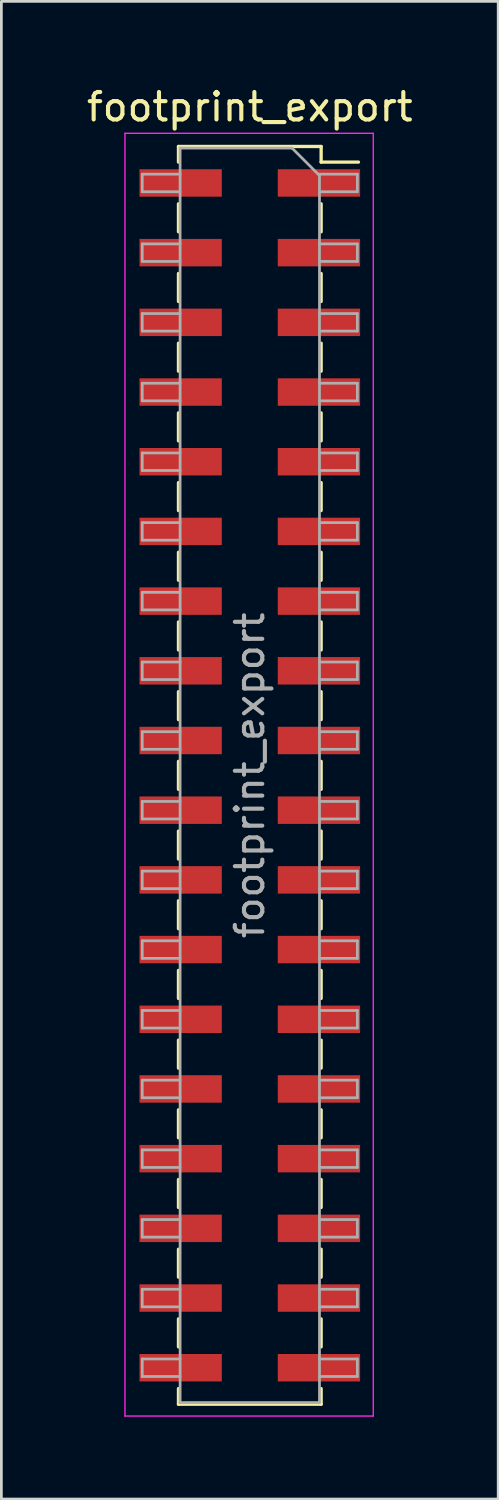
<source format=kicad_pcb>
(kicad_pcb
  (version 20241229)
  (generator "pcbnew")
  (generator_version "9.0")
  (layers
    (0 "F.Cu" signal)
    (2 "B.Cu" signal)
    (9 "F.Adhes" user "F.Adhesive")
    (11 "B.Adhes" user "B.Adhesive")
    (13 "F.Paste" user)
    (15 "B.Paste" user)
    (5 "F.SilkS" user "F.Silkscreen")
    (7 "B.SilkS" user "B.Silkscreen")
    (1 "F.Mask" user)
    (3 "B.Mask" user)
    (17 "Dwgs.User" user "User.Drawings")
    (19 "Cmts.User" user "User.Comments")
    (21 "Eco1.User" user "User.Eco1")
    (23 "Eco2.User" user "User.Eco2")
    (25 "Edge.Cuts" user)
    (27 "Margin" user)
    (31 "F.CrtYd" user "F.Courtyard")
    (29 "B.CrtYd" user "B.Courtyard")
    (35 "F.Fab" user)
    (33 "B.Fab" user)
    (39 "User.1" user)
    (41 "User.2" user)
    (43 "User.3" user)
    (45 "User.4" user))
  (footprint "footprint_export"
    (layer "F.Cu")
    (at 6.054 25.208)
    (property "Reference" "footprint_export" (at 0 -24.36 0) (layer "F.SilkS") (effects (font (size 1 1) (thickness 0.15))))
    (attr smd)
    (fp_line (start -2.6 -22.92) (end -2.6 -22.35) (stroke (width 0.12) (type solid)) (layer "F.SilkS"))
    (fp_line (start -2.6 -22.92) (end 2.6 -22.92) (stroke (width 0.12) (type solid)) (layer "F.SilkS"))
    (fp_line (start -2.6 -20.83) (end -2.6 -19.81) (stroke (width 0.12) (type solid)) (layer "F.SilkS"))
    (fp_line (start -2.6 -18.29) (end -2.6 -17.27) (stroke (width 0.12) (type solid)) (layer "F.SilkS"))
    (fp_line (start -2.6 -15.75) (end -2.6 -14.73) (stroke (width 0.12) (type solid)) (layer "F.SilkS"))
    (fp_line (start -2.6 -13.21) (end -2.6 -12.19) (stroke (width 0.12) (type solid)) (layer "F.SilkS"))
    (fp_line (start -2.6 -10.67) (end -2.6 -9.65) (stroke (width 0.12) (type solid)) (layer "F.SilkS"))
    (fp_line (start -2.6 -8.13) (end -2.6 -7.11) (stroke (width 0.12) (type solid)) (layer "F.SilkS"))
    (fp_line (start -2.6 -5.59) (end -2.6 -4.57) (stroke (width 0.12) (type solid)) (layer "F.SilkS"))
    (fp_line (start -2.6 -3.05) (end -2.6 -2.03) (stroke (width 0.12) (type solid)) (layer "F.SilkS"))
    (fp_line (start -2.6 -0.51) (end -2.6 0.51) (stroke (width 0.12) (type solid)) (layer "F.SilkS"))
    (fp_line (start -2.6 2.03) (end -2.6 3.05) (stroke (width 0.12) (type solid)) (layer "F.SilkS"))
    (fp_line (start -2.6 4.57) (end -2.6 5.59) (stroke (width 0.12) (type solid)) (layer "F.SilkS"))
    (fp_line (start -2.6 7.11) (end -2.6 8.13) (stroke (width 0.12) (type solid)) (layer "F.SilkS"))
    (fp_line (start -2.6 9.65) (end -2.6 10.67) (stroke (width 0.12) (type solid)) (layer "F.SilkS"))
    (fp_line (start -2.6 12.19) (end -2.6 13.21) (stroke (width 0.12) (type solid)) (layer "F.SilkS"))
    (fp_line (start -2.6 14.73) (end -2.6 15.75) (stroke (width 0.12) (type solid)) (layer "F.SilkS"))
    (fp_line (start -2.6 17.27) (end -2.6 18.29) (stroke (width 0.12) (type solid)) (layer "F.SilkS"))
    (fp_line (start -2.6 19.81) (end -2.6 20.83) (stroke (width 0.12) (type solid)) (layer "F.SilkS"))
    (fp_line (start -2.6 22.35) (end -2.6 22.92) (stroke (width 0.12) (type solid)) (layer "F.SilkS"))
    (fp_line (start -2.6 22.92) (end 2.6 22.92) (stroke (width 0.12) (type solid)) (layer "F.SilkS"))
    (fp_line (start 2.6 -22.92) (end 2.6 -22.35) (stroke (width 0.12) (type solid)) (layer "F.SilkS"))
    (fp_line (start 2.6 -22.35) (end 3.96 -22.35) (stroke (width 0.12) (type solid)) (layer "F.SilkS"))
    (fp_line (start 2.6 -20.83) (end 2.6 -19.81) (stroke (width 0.12) (type solid)) (layer "F.SilkS"))
    (fp_line (start 2.6 -18.29) (end 2.6 -17.27) (stroke (width 0.12) (type solid)) (layer "F.SilkS"))
    (fp_line (start 2.6 -15.75) (end 2.6 -14.73) (stroke (width 0.12) (type solid)) (layer "F.SilkS"))
    (fp_line (start 2.6 -13.21) (end 2.6 -12.19) (stroke (width 0.12) (type solid)) (layer "F.SilkS"))
    (fp_line (start 2.6 -10.67) (end 2.6 -9.65) (stroke (width 0.12) (type solid)) (layer "F.SilkS"))
    (fp_line (start 2.6 -8.13) (end 2.6 -7.11) (stroke (width 0.12) (type solid)) (layer "F.SilkS"))
    (fp_line (start 2.6 -5.59) (end 2.6 -4.57) (stroke (width 0.12) (type solid)) (layer "F.SilkS"))
    (fp_line (start 2.6 -3.05) (end 2.6 -2.03) (stroke (width 0.12) (type solid)) (layer "F.SilkS"))
    (fp_line (start 2.6 -0.51) (end 2.6 0.51) (stroke (width 0.12) (type solid)) (layer "F.SilkS"))
    (fp_line (start 2.6 2.03) (end 2.6 3.05) (stroke (width 0.12) (type solid)) (layer "F.SilkS"))
    (fp_line (start 2.6 4.57) (end 2.6 5.59) (stroke (width 0.12) (type solid)) (layer "F.SilkS"))
    (fp_line (start 2.6 7.11) (end 2.6 8.13) (stroke (width 0.12) (type solid)) (layer "F.SilkS"))
    (fp_line (start 2.6 9.65) (end 2.6 10.67) (stroke (width 0.12) (type solid)) (layer "F.SilkS"))
    (fp_line (start 2.6 12.19) (end 2.6 13.21) (stroke (width 0.12) (type solid)) (layer "F.SilkS"))
    (fp_line (start 2.6 14.73) (end 2.6 15.75) (stroke (width 0.12) (type solid)) (layer "F.SilkS"))
    (fp_line (start 2.6 17.27) (end 2.6 18.29) (stroke (width 0.12) (type solid)) (layer "F.SilkS"))
    (fp_line (start 2.6 19.81) (end 2.6 20.83) (stroke (width 0.12) (type solid)) (layer "F.SilkS"))
    (fp_line (start 2.6 22.35) (end 2.6 22.92) (stroke (width 0.12) (type solid)) (layer "F.SilkS"))
    (fp_line (start -4.55 -23.4) (end 4.5 -23.4) (stroke (width 0.05) (type solid)) (layer "F.CrtYd"))
    (fp_line (start -4.55 23.35) (end -4.55 -23.4) (stroke (width 0.05) (type solid)) (layer "F.CrtYd"))
    (fp_line (start 4.5 -23.4) (end 4.5 23.35) (stroke (width 0.05) (type solid)) (layer "F.CrtYd"))
    (fp_line (start 4.5 23.35) (end -4.55 23.35) (stroke (width 0.05) (type solid)) (layer "F.CrtYd"))
    (fp_line (start -3.92 -21.91) (end -2.54 -21.91) (stroke (width 0.1) (type solid)) (layer "F.Fab"))
    (fp_line (start -3.92 -21.27) (end -3.92 -21.91) (stroke (width 0.1) (type solid)) (layer "F.Fab"))
    (fp_line (start -3.92 -19.37) (end -2.54 -19.37) (stroke (width 0.1) (type solid)) (layer "F.Fab"))
    (fp_line (start -3.92 -18.73) (end -3.92 -19.37) (stroke (width 0.1) (type solid)) (layer "F.Fab"))
    (fp_line (start -3.92 -16.83) (end -2.54 -16.83) (stroke (width 0.1) (type solid)) (layer "F.Fab"))
    (fp_line (start -3.92 -16.19) (end -3.92 -16.83) (stroke (width 0.1) (type solid)) (layer "F.Fab"))
    (fp_line (start -3.92 -14.29) (end -2.54 -14.29) (stroke (width 0.1) (type solid)) (layer "F.Fab"))
    (fp_line (start -3.92 -13.65) (end -3.92 -14.29) (stroke (width 0.1) (type solid)) (layer "F.Fab"))
    (fp_line (start -3.92 -11.75) (end -2.54 -11.75) (stroke (width 0.1) (type solid)) (layer "F.Fab"))
    (fp_line (start -3.92 -11.11) (end -3.92 -11.75) (stroke (width 0.1) (type solid)) (layer "F.Fab"))
    (fp_line (start -3.92 -9.21) (end -2.54 -9.21) (stroke (width 0.1) (type solid)) (layer "F.Fab"))
    (fp_line (start -3.92 -8.57) (end -3.92 -9.21) (stroke (width 0.1) (type solid)) (layer "F.Fab"))
    (fp_line (start -3.92 -6.67) (end -2.54 -6.67) (stroke (width 0.1) (type solid)) (layer "F.Fab"))
    (fp_line (start -3.92 -6.03) (end -3.92 -6.67) (stroke (width 0.1) (type solid)) (layer "F.Fab"))
    (fp_line (start -3.92 -4.13) (end -2.54 -4.13) (stroke (width 0.1) (type solid)) (layer "F.Fab"))
    (fp_line (start -3.92 -3.49) (end -3.92 -4.13) (stroke (width 0.1) (type solid)) (layer "F.Fab"))
    (fp_line (start -3.92 -1.59) (end -2.54 -1.59) (stroke (width 0.1) (type solid)) (layer "F.Fab"))
    (fp_line (start -3.92 -0.95) (end -3.92 -1.59) (stroke (width 0.1) (type solid)) (layer "F.Fab"))
    (fp_line (start -3.92 0.95) (end -2.54 0.95) (stroke (width 0.1) (type solid)) (layer "F.Fab"))
    (fp_line (start -3.92 1.59) (end -3.92 0.95) (stroke (width 0.1) (type solid)) (layer "F.Fab"))
    (fp_line (start -3.92 3.49) (end -2.54 3.49) (stroke (width 0.1) (type solid)) (layer "F.Fab"))
    (fp_line (start -3.92 4.13) (end -3.92 3.49) (stroke (width 0.1) (type solid)) (layer "F.Fab"))
    (fp_line (start -3.92 6.03) (end -2.54 6.03) (stroke (width 0.1) (type solid)) (layer "F.Fab"))
    (fp_line (start -3.92 6.67) (end -3.92 6.03) (stroke (width 0.1) (type solid)) (layer "F.Fab"))
    (fp_line (start -3.92 8.57) (end -2.54 8.57) (stroke (width 0.1) (type solid)) (layer "F.Fab"))
    (fp_line (start -3.92 9.21) (end -3.92 8.57) (stroke (width 0.1) (type solid)) (layer "F.Fab"))
    (fp_line (start -3.92 11.11) (end -2.54 11.11) (stroke (width 0.1) (type solid)) (layer "F.Fab"))
    (fp_line (start -3.92 11.75) (end -3.92 11.11) (stroke (width 0.1) (type solid)) (layer "F.Fab"))
    (fp_line (start -3.92 13.65) (end -2.54 13.65) (stroke (width 0.1) (type solid)) (layer "F.Fab"))
    (fp_line (start -3.92 14.29) (end -3.92 13.65) (stroke (width 0.1) (type solid)) (layer "F.Fab"))
    (fp_line (start -3.92 16.19) (end -2.54 16.19) (stroke (width 0.1) (type solid)) (layer "F.Fab"))
    (fp_line (start -3.92 16.83) (end -3.92 16.19) (stroke (width 0.1) (type solid)) (layer "F.Fab"))
    (fp_line (start -3.92 18.73) (end -2.54 18.73) (stroke (width 0.1) (type solid)) (layer "F.Fab"))
    (fp_line (start -3.92 19.37) (end -3.92 18.73) (stroke (width 0.1) (type solid)) (layer "F.Fab"))
    (fp_line (start -3.92 21.27) (end -2.54 21.27) (stroke (width 0.1) (type solid)) (layer "F.Fab"))
    (fp_line (start -3.92 21.91) (end -3.92 21.27) (stroke (width 0.1) (type solid)) (layer "F.Fab"))
    (fp_line (start -2.54 -22.86) (end 1.54 -22.86) (stroke (width 0.1) (type solid)) (layer "F.Fab"))
    (fp_line (start -2.54 -21.27) (end -3.92 -21.27) (stroke (width 0.1) (type solid)) (layer "F.Fab"))
    (fp_line (start -2.54 -18.73) (end -3.92 -18.73) (stroke (width 0.1) (type solid)) (layer "F.Fab"))
    (fp_line (start -2.54 -16.19) (end -3.92 -16.19) (stroke (width 0.1) (type solid)) (layer "F.Fab"))
    (fp_line (start -2.54 -13.65) (end -3.92 -13.65) (stroke (width 0.1) (type solid)) (layer "F.Fab"))
    (fp_line (start -2.54 -11.11) (end -3.92 -11.11) (stroke (width 0.1) (type solid)) (layer "F.Fab"))
    (fp_line (start -2.54 -8.57) (end -3.92 -8.57) (stroke (width 0.1) (type solid)) (layer "F.Fab"))
    (fp_line (start -2.54 -6.03) (end -3.92 -6.03) (stroke (width 0.1) (type solid)) (layer "F.Fab"))
    (fp_line (start -2.54 -3.49) (end -3.92 -3.49) (stroke (width 0.1) (type solid)) (layer "F.Fab"))
    (fp_line (start -2.54 -0.95) (end -3.92 -0.95) (stroke (width 0.1) (type solid)) (layer "F.Fab"))
    (fp_line (start -2.54 1.59) (end -3.92 1.59) (stroke (width 0.1) (type solid)) (layer "F.Fab"))
    (fp_line (start -2.54 4.13) (end -3.92 4.13) (stroke (width 0.1) (type solid)) (layer "F.Fab"))
    (fp_line (start -2.54 6.67) (end -3.92 6.67) (stroke (width 0.1) (type solid)) (layer "F.Fab"))
    (fp_line (start -2.54 9.21) (end -3.92 9.21) (stroke (width 0.1) (type solid)) (layer "F.Fab"))
    (fp_line (start -2.54 11.75) (end -3.92 11.75) (stroke (width 0.1) (type solid)) (layer "F.Fab"))
    (fp_line (start -2.54 14.29) (end -3.92 14.29) (stroke (width 0.1) (type solid)) (layer "F.Fab"))
    (fp_line (start -2.54 16.83) (end -3.92 16.83) (stroke (width 0.1) (type solid)) (layer "F.Fab"))
    (fp_line (start -2.54 19.37) (end -3.92 19.37) (stroke (width 0.1) (type solid)) (layer "F.Fab"))
    (fp_line (start -2.54 21.91) (end -3.92 21.91) (stroke (width 0.1) (type solid)) (layer "F.Fab"))
    (fp_line (start -2.54 22.86) (end -2.54 -22.86) (stroke (width 0.1) (type solid)) (layer "F.Fab"))
    (fp_line (start 1.54 -22.86) (end 2.54 -21.86) (stroke (width 0.1) (type solid)) (layer "F.Fab"))
    (fp_line (start 2.54 -21.91) (end 3.92 -21.91) (stroke (width 0.1) (type solid)) (layer "F.Fab"))
    (fp_line (start 2.54 -21.86) (end 2.54 22.86) (stroke (width 0.1) (type solid)) (layer "F.Fab"))
    (fp_line (start 2.54 -19.37) (end 3.92 -19.37) (stroke (width 0.1) (type solid)) (layer "F.Fab"))
    (fp_line (start 2.54 -16.83) (end 3.92 -16.83) (stroke (width 0.1) (type solid)) (layer "F.Fab"))
    (fp_line (start 2.54 -14.29) (end 3.92 -14.29) (stroke (width 0.1) (type solid)) (layer "F.Fab"))
    (fp_line (start 2.54 -11.75) (end 3.92 -11.75) (stroke (width 0.1) (type solid)) (layer "F.Fab"))
    (fp_line (start 2.54 -9.21) (end 3.92 -9.21) (stroke (width 0.1) (type solid)) (layer "F.Fab"))
    (fp_line (start 2.54 -6.67) (end 3.92 -6.67) (stroke (width 0.1) (type solid)) (layer "F.Fab"))
    (fp_line (start 2.54 -4.13) (end 3.92 -4.13) (stroke (width 0.1) (type solid)) (layer "F.Fab"))
    (fp_line (start 2.54 -1.59) (end 3.92 -1.59) (stroke (width 0.1) (type solid)) (layer "F.Fab"))
    (fp_line (start 2.54 0.95) (end 3.92 0.95) (stroke (width 0.1) (type solid)) (layer "F.Fab"))
    (fp_line (start 2.54 3.49) (end 3.92 3.49) (stroke (width 0.1) (type solid)) (layer "F.Fab"))
    (fp_line (start 2.54 6.03) (end 3.92 6.03) (stroke (width 0.1) (type solid)) (layer "F.Fab"))
    (fp_line (start 2.54 8.57) (end 3.92 8.57) (stroke (width 0.1) (type solid)) (layer "F.Fab"))
    (fp_line (start 2.54 11.11) (end 3.92 11.11) (stroke (width 0.1) (type solid)) (layer "F.Fab"))
    (fp_line (start 2.54 13.65) (end 3.92 13.65) (stroke (width 0.1) (type solid)) (layer "F.Fab"))
    (fp_line (start 2.54 16.19) (end 3.92 16.19) (stroke (width 0.1) (type solid)) (layer "F.Fab"))
    (fp_line (start 2.54 18.73) (end 3.92 18.73) (stroke (width 0.1) (type solid)) (layer "F.Fab"))
    (fp_line (start 2.54 21.27) (end 3.92 21.27) (stroke (width 0.1) (type solid)) (layer "F.Fab"))
    (fp_line (start 2.54 22.86) (end -2.54 22.86) (stroke (width 0.1) (type solid)) (layer "F.Fab"))
    (fp_line (start 3.92 -21.91) (end 3.92 -21.27) (stroke (width 0.1) (type solid)) (layer "F.Fab"))
    (fp_line (start 3.92 -21.27) (end 2.54 -21.27) (stroke (width 0.1) (type solid)) (layer "F.Fab"))
    (fp_line (start 3.92 -19.37) (end 3.92 -18.73) (stroke (width 0.1) (type solid)) (layer "F.Fab"))
    (fp_line (start 3.92 -18.73) (end 2.54 -18.73) (stroke (width 0.1) (type solid)) (layer "F.Fab"))
    (fp_line (start 3.92 -16.83) (end 3.92 -16.19) (stroke (width 0.1) (type solid)) (layer "F.Fab"))
    (fp_line (start 3.92 -16.19) (end 2.54 -16.19) (stroke (width 0.1) (type solid)) (layer "F.Fab"))
    (fp_line (start 3.92 -14.29) (end 3.92 -13.65) (stroke (width 0.1) (type solid)) (layer "F.Fab"))
    (fp_line (start 3.92 -13.65) (end 2.54 -13.65) (stroke (width 0.1) (type solid)) (layer "F.Fab"))
    (fp_line (start 3.92 -11.75) (end 3.92 -11.11) (stroke (width 0.1) (type solid)) (layer "F.Fab"))
    (fp_line (start 3.92 -11.11) (end 2.54 -11.11) (stroke (width 0.1) (type solid)) (layer "F.Fab"))
    (fp_line (start 3.92 -9.21) (end 3.92 -8.57) (stroke (width 0.1) (type solid)) (layer "F.Fab"))
    (fp_line (start 3.92 -8.57) (end 2.54 -8.57) (stroke (width 0.1) (type solid)) (layer "F.Fab"))
    (fp_line (start 3.92 -6.67) (end 3.92 -6.03) (stroke (width 0.1) (type solid)) (layer "F.Fab"))
    (fp_line (start 3.92 -6.03) (end 2.54 -6.03) (stroke (width 0.1) (type solid)) (layer "F.Fab"))
    (fp_line (start 3.92 -4.13) (end 3.92 -3.49) (stroke (width 0.1) (type solid)) (layer "F.Fab"))
    (fp_line (start 3.92 -3.49) (end 2.54 -3.49) (stroke (width 0.1) (type solid)) (layer "F.Fab"))
    (fp_line (start 3.92 -1.59) (end 3.92 -0.95) (stroke (width 0.1) (type solid)) (layer "F.Fab"))
    (fp_line (start 3.92 -0.95) (end 2.54 -0.95) (stroke (width 0.1) (type solid)) (layer "F.Fab"))
    (fp_line (start 3.92 0.95) (end 3.92 1.59) (stroke (width 0.1) (type solid)) (layer "F.Fab"))
    (fp_line (start 3.92 1.59) (end 2.54 1.59) (stroke (width 0.1) (type solid)) (layer "F.Fab"))
    (fp_line (start 3.92 3.49) (end 3.92 4.13) (stroke (width 0.1) (type solid)) (layer "F.Fab"))
    (fp_line (start 3.92 4.13) (end 2.54 4.13) (stroke (width 0.1) (type solid)) (layer "F.Fab"))
    (fp_line (start 3.92 6.03) (end 3.92 6.67) (stroke (width 0.1) (type solid)) (layer "F.Fab"))
    (fp_line (start 3.92 6.67) (end 2.54 6.67) (stroke (width 0.1) (type solid)) (layer "F.Fab"))
    (fp_line (start 3.92 8.57) (end 3.92 9.21) (stroke (width 0.1) (type solid)) (layer "F.Fab"))
    (fp_line (start 3.92 9.21) (end 2.54 9.21) (stroke (width 0.1) (type solid)) (layer "F.Fab"))
    (fp_line (start 3.92 11.11) (end 3.92 11.75) (stroke (width 0.1) (type solid)) (layer "F.Fab"))
    (fp_line (start 3.92 11.75) (end 2.54 11.75) (stroke (width 0.1) (type solid)) (layer "F.Fab"))
    (fp_line (start 3.92 13.65) (end 3.92 14.29) (stroke (width 0.1) (type solid)) (layer "F.Fab"))
    (fp_line (start 3.92 14.29) (end 2.54 14.29) (stroke (width 0.1) (type solid)) (layer "F.Fab"))
    (fp_line (start 3.92 16.19) (end 3.92 16.83) (stroke (width 0.1) (type solid)) (layer "F.Fab"))
    (fp_line (start 3.92 16.83) (end 2.54 16.83) (stroke (width 0.1) (type solid)) (layer "F.Fab"))
    (fp_line (start 3.92 18.73) (end 3.92 19.37) (stroke (width 0.1) (type solid)) (layer "F.Fab"))
    (fp_line (start 3.92 19.37) (end 2.54 19.37) (stroke (width 0.1) (type solid)) (layer "F.Fab"))
    (fp_line (start 3.92 21.27) (end 3.92 21.91) (stroke (width 0.1) (type solid)) (layer "F.Fab"))
    (fp_line (start 3.92 21.91) (end 2.54 21.91) (stroke (width 0.1) (type solid)) (layer "F.Fab"))
    (fp_text user "${REFERENCE}" (at 0 0 90) (layer "F.Fab") (effects (font (size 1 1) (thickness 0.15))))
    (pad "1" smd rect (at 2.52 -21.59) (size 3 1) (layers "F.Cu" "F.Mask" "F.Paste"))
    (pad "2" smd rect (at -2.52 -21.59) (size 3 1) (layers "F.Cu" "F.Mask" "F.Paste"))
    (pad "3" smd rect (at 2.52 -19.05) (size 3 1) (layers "F.Cu" "F.Mask" "F.Paste"))
    (pad "4" smd rect (at -2.52 -19.05) (size 3 1) (layers "F.Cu" "F.Mask" "F.Paste"))
    (pad "5" smd rect (at 2.52 -16.51) (size 3 1) (layers "F.Cu" "F.Mask" "F.Paste"))
    (pad "6" smd rect (at -2.52 -16.51) (size 3 1) (layers "F.Cu" "F.Mask" "F.Paste"))
    (pad "7" smd rect (at 2.52 -13.97) (size 3 1) (layers "F.Cu" "F.Mask" "F.Paste"))
    (pad "8" smd rect (at -2.52 -13.97) (size 3 1) (layers "F.Cu" "F.Mask" "F.Paste"))
    (pad "9" smd rect (at 2.52 -11.43) (size 3 1) (layers "F.Cu" "F.Mask" "F.Paste"))
    (pad "10" smd rect (at -2.52 -11.43) (size 3 1) (layers "F.Cu" "F.Mask" "F.Paste"))
    (pad "11" smd rect (at 2.52 -8.89) (size 3 1) (layers "F.Cu" "F.Mask" "F.Paste"))
    (pad "12" smd rect (at -2.52 -8.89) (size 3 1) (layers "F.Cu" "F.Mask" "F.Paste"))
    (pad "13" smd rect (at 2.52 -6.35) (size 3 1) (layers "F.Cu" "F.Mask" "F.Paste"))
    (pad "14" smd rect (at -2.52 -6.35) (size 3 1) (layers "F.Cu" "F.Mask" "F.Paste"))
    (pad "15" smd rect (at 2.52 -3.81) (size 3 1) (layers "F.Cu" "F.Mask" "F.Paste"))
    (pad "16" smd rect (at -2.52 -3.81) (size 3 1) (layers "F.Cu" "F.Mask" "F.Paste"))
    (pad "17" smd rect (at 2.52 -1.27) (size 3 1) (layers "F.Cu" "F.Mask" "F.Paste"))
    (pad "18" smd rect (at -2.52 -1.27) (size 3 1) (layers "F.Cu" "F.Mask" "F.Paste"))
    (pad "19" smd rect (at 2.52 1.27) (size 3 1) (layers "F.Cu" "F.Mask" "F.Paste"))
    (pad "20" smd rect (at -2.52 1.27) (size 3 1) (layers "F.Cu" "F.Mask" "F.Paste"))
    (pad "21" smd rect (at 2.52 3.81) (size 3 1) (layers "F.Cu" "F.Mask" "F.Paste"))
    (pad "22" smd rect (at -2.52 3.81) (size 3 1) (layers "F.Cu" "F.Mask" "F.Paste"))
    (pad "23" smd rect (at 2.52 6.35) (size 3 1) (layers "F.Cu" "F.Mask" "F.Paste"))
    (pad "24" smd rect (at -2.52 6.35) (size 3 1) (layers "F.Cu" "F.Mask" "F.Paste"))
    (pad "25" smd rect (at 2.52 8.89) (size 3 1) (layers "F.Cu" "F.Mask" "F.Paste"))
    (pad "26" smd rect (at -2.52 8.89) (size 3 1) (layers "F.Cu" "F.Mask" "F.Paste"))
    (pad "27" smd rect (at 2.52 11.43) (size 3 1) (layers "F.Cu" "F.Mask" "F.Paste"))
    (pad "28" smd rect (at -2.52 11.43) (size 3 1) (layers "F.Cu" "F.Mask" "F.Paste"))
    (pad "29" smd rect (at 2.52 13.97) (size 3 1) (layers "F.Cu" "F.Mask" "F.Paste"))
    (pad "30" smd rect (at -2.52 13.97) (size 3 1) (layers "F.Cu" "F.Mask" "F.Paste"))
    (pad "31" smd rect (at 2.52 16.51) (size 3 1) (layers "F.Cu" "F.Mask" "F.Paste"))
    (pad "32" smd rect (at -2.52 16.51) (size 3 1) (layers "F.Cu" "F.Mask" "F.Paste"))
    (pad "33" smd rect (at 2.52 19.05) (size 3 1) (layers "F.Cu" "F.Mask" "F.Paste"))
    (pad "34" smd rect (at -2.52 19.05) (size 3 1) (layers "F.Cu" "F.Mask" "F.Paste"))
    (pad "35" smd rect (at 2.52 21.59) (size 3 1) (layers "F.Cu" "F.Mask" "F.Paste"))
    (pad "36" smd rect (at -2.52 21.59) (size 3 1) (layers "F.Cu" "F.Mask" "F.Paste")))
  (gr_rect
    (start -3 -3)
    (end 15.107 51.583)
    (stroke (width 0.1) (type default))
    (fill no)
    (layer "Edge.Cuts")))
</source>
